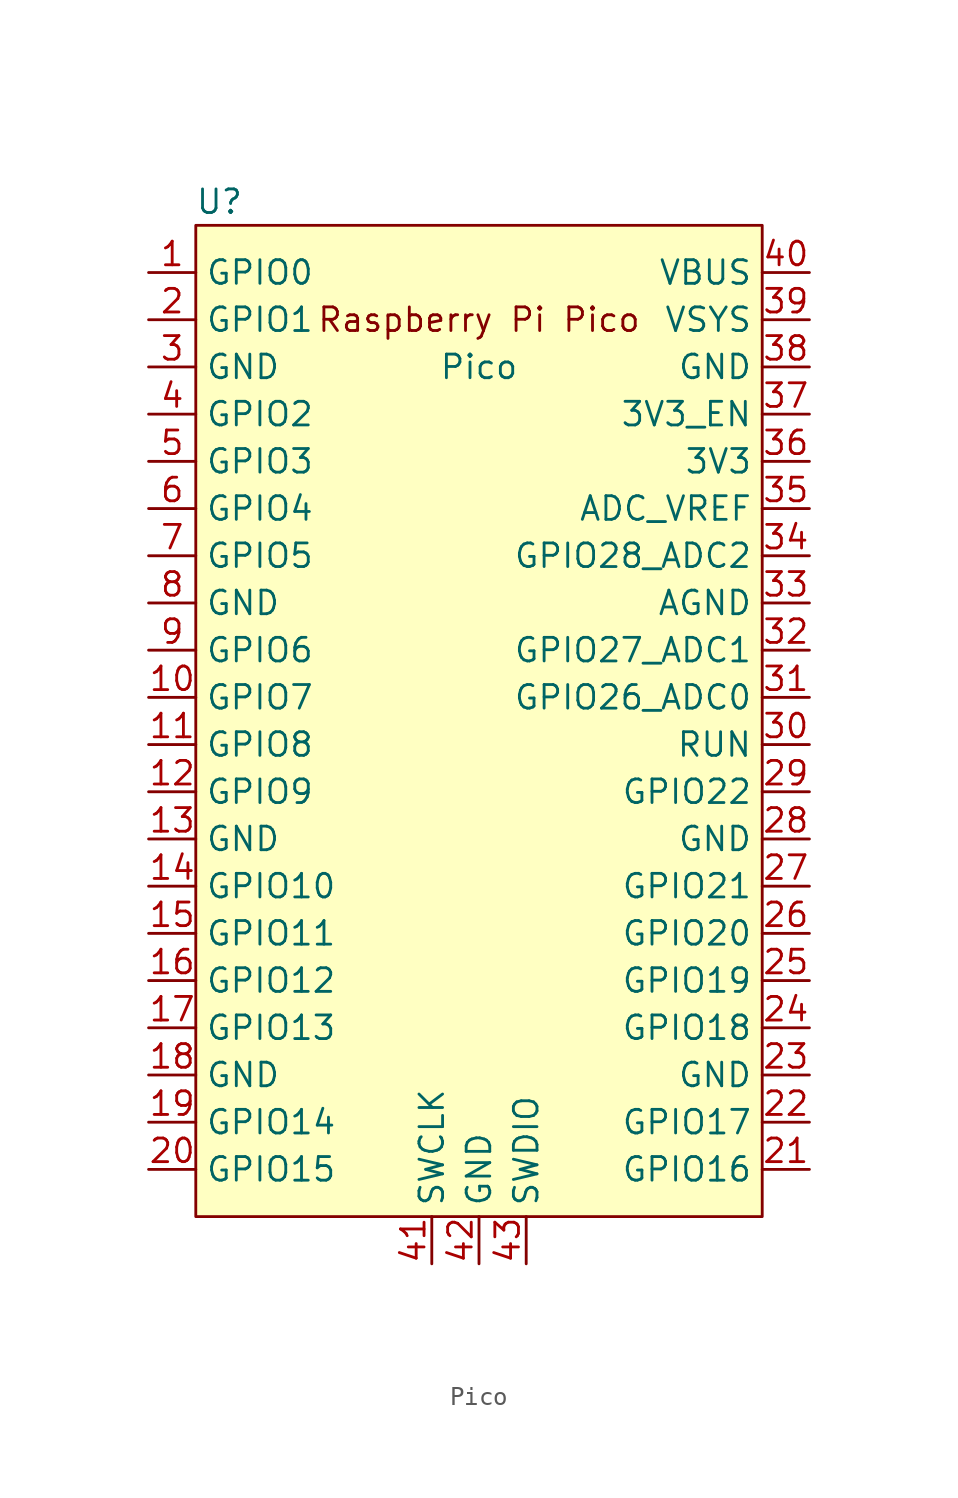
<source format=kicad_sym>
(kicad_symbol_lib
  (version 20231120)
  (generator "kicad_symbol_editor")
  (generator_version "8.0")
  (symbol "Pico"
    (property "Reference" "U"
      (at -13.97 27.94 0)
      (effects (font (size 1.27 1.27))))
    (property "Value" "Pico"
      (at 0 19.05 0)
      (effects (font (size 1.27 1.27))))
    (symbol "Pico_0_0"
      (text "Raspberry Pi Pico" (at 0 21.59 0) (effects (font (size 1.27 1.27)))))
    (symbol "Pico_0_1"
      (rectangle (start -15.24 26.67) (end 15.24 -26.67) (stroke (width 0) (type default)) (fill (type background))))
    (symbol "Pico_1_1"
      (pin bidirectional line (at -17.78 24.13 0) (length 2.54) (name "GPIO0" (effects (font (size 1.27 1.27)))) (number "1" (effects (font (size 1.27 1.27)))))
      (pin bidirectional line (at -17.78 1.27 0) (length 2.54) (name "GPIO7" (effects (font (size 1.27 1.27)))) (number "10" (effects (font (size 1.27 1.27)))))
      (pin bidirectional line (at -17.78 -1.27 0) (length 2.54) (name "GPIO8" (effects (font (size 1.27 1.27)))) (number "11" (effects (font (size 1.27 1.27)))))
      (pin bidirectional line (at -17.78 -3.81 0) (length 2.54) (name "GPIO9" (effects (font (size 1.27 1.27)))) (number "12" (effects (font (size 1.27 1.27)))))
      (pin power_in line (at -17.78 -6.35 0) (length 2.54) (name "GND" (effects (font (size 1.27 1.27)))) (number "13" (effects (font (size 1.27 1.27)))))
      (pin bidirectional line (at -17.78 -8.89 0) (length 2.54) (name "GPIO10" (effects (font (size 1.27 1.27)))) (number "14" (effects (font (size 1.27 1.27)))))
      (pin bidirectional line (at -17.78 -11.43 0) (length 2.54) (name "GPIO11" (effects (font (size 1.27 1.27)))) (number "15" (effects (font (size 1.27 1.27)))))
      (pin bidirectional line (at -17.78 -13.97 0) (length 2.54) (name "GPIO12" (effects (font (size 1.27 1.27)))) (number "16" (effects (font (size 1.27 1.27)))))
      (pin bidirectional line (at -17.78 -16.51 0) (length 2.54) (name "GPIO13" (effects (font (size 1.27 1.27)))) (number "17" (effects (font (size 1.27 1.27)))))
      (pin power_in line (at -17.78 -19.05 0) (length 2.54) (name "GND" (effects (font (size 1.27 1.27)))) (number "18" (effects (font (size 1.27 1.27)))))
      (pin bidirectional line (at -17.78 -21.59 0) (length 2.54) (name "GPIO14" (effects (font (size 1.27 1.27)))) (number "19" (effects (font (size 1.27 1.27)))))
      (pin bidirectional line (at -17.78 21.59 0) (length 2.54) (name "GPIO1" (effects (font (size 1.27 1.27)))) (number "2" (effects (font (size 1.27 1.27)))))
      (pin bidirectional line (at -17.78 -24.13 0) (length 2.54) (name "GPIO15" (effects (font (size 1.27 1.27)))) (number "20" (effects (font (size 1.27 1.27)))))
      (pin bidirectional line (at 17.78 -24.13 180) (length 2.54) (name "GPIO16" (effects (font (size 1.27 1.27)))) (number "21" (effects (font (size 1.27 1.27)))))
      (pin bidirectional line (at 17.78 -21.59 180) (length 2.54) (name "GPIO17" (effects (font (size 1.27 1.27)))) (number "22" (effects (font (size 1.27 1.27)))))
      (pin power_in line (at 17.78 -19.05 180) (length 2.54) (name "GND" (effects (font (size 1.27 1.27)))) (number "23" (effects (font (size 1.27 1.27)))))
      (pin bidirectional line (at 17.78 -16.51 180) (length 2.54) (name "GPIO18" (effects (font (size 1.27 1.27)))) (number "24" (effects (font (size 1.27 1.27)))))
      (pin bidirectional line (at 17.78 -13.97 180) (length 2.54) (name "GPIO19" (effects (font (size 1.27 1.27)))) (number "25" (effects (font (size 1.27 1.27)))))
      (pin bidirectional line (at 17.78 -11.43 180) (length 2.54) (name "GPIO20" (effects (font (size 1.27 1.27)))) (number "26" (effects (font (size 1.27 1.27)))))
      (pin bidirectional line (at 17.78 -8.89 180) (length 2.54) (name "GPIO21" (effects (font (size 1.27 1.27)))) (number "27" (effects (font (size 1.27 1.27)))))
      (pin power_in line (at 17.78 -6.35 180) (length 2.54) (name "GND" (effects (font (size 1.27 1.27)))) (number "28" (effects (font (size 1.27 1.27)))))
      (pin bidirectional line (at 17.78 -3.81 180) (length 2.54) (name "GPIO22" (effects (font (size 1.27 1.27)))) (number "29" (effects (font (size 1.27 1.27)))))
      (pin power_in line (at -17.78 19.05 0) (length 2.54) (name "GND" (effects (font (size 1.27 1.27)))) (number "3" (effects (font (size 1.27 1.27)))))
      (pin input line (at 17.78 -1.27 180) (length 2.54) (name "RUN" (effects (font (size 1.27 1.27)))) (number "30" (effects (font (size 1.27 1.27)))))
      (pin bidirectional line (at 17.78 1.27 180) (length 2.54) (name "GPIO26_ADC0" (effects (font (size 1.27 1.27)))) (number "31" (effects (font (size 1.27 1.27)))))
      (pin bidirectional line (at 17.78 3.81 180) (length 2.54) (name "GPIO27_ADC1" (effects (font (size 1.27 1.27)))) (number "32" (effects (font (size 1.27 1.27)))))
      (pin power_in line (at 17.78 6.35 180) (length 2.54) (name "AGND" (effects (font (size 1.27 1.27)))) (number "33" (effects (font (size 1.27 1.27)))))
      (pin bidirectional line (at 17.78 8.89 180) (length 2.54) (name "GPIO28_ADC2" (effects (font (size 1.27 1.27)))) (number "34" (effects (font (size 1.27 1.27)))))
      (pin power_in line (at 17.78 11.43 180) (length 2.54) (name "ADC_VREF" (effects (font (size 1.27 1.27)))) (number "35" (effects (font (size 1.27 1.27)))))
      (pin power_out line (at 17.78 13.97 180) (length 2.54) (name "3V3" (effects (font (size 1.27 1.27)))) (number "36" (effects (font (size 1.27 1.27)))))
      (pin input line (at 17.78 16.51 180) (length 2.54) (name "3V3_EN" (effects (font (size 1.27 1.27)))) (number "37" (effects (font (size 1.27 1.27)))))
      (pin power_in line (at 17.78 19.05 180) (length 2.54) (name "GND" (effects (font (size 1.27 1.27)))) (number "38" (effects (font (size 1.27 1.27)))))
      (pin power_in line (at 17.78 21.59 180) (length 2.54) (name "VSYS" (effects (font (size 1.27 1.27)))) (number "39" (effects (font (size 1.27 1.27)))))
      (pin bidirectional line (at -17.78 16.51 0) (length 2.54) (name "GPIO2" (effects (font (size 1.27 1.27)))) (number "4" (effects (font (size 1.27 1.27)))))
      (pin power_out line (at 17.78 24.13 180) (length 2.54) (name "VBUS" (effects (font (size 1.27 1.27)))) (number "40" (effects (font (size 1.27 1.27)))))
      (pin input line (at -2.54 -29.21 90) (length 2.54) (name "SWCLK" (effects (font (size 1.27 1.27)))) (number "41" (effects (font (size 1.27 1.27)))))
      (pin power_in line (at 0 -29.21 90) (length 2.54) (name "GND" (effects (font (size 1.27 1.27)))) (number "42" (effects (font (size 1.27 1.27)))))
      (pin bidirectional line (at 2.54 -29.21 90) (length 2.54) (name "SWDIO" (effects (font (size 1.27 1.27)))) (number "43" (effects (font (size 1.27 1.27)))))
      (pin bidirectional line (at -17.78 13.97 0) (length 2.54) (name "GPIO3" (effects (font (size 1.27 1.27)))) (number "5" (effects (font (size 1.27 1.27)))))
      (pin bidirectional line (at -17.78 11.43 0) (length 2.54) (name "GPIO4" (effects (font (size 1.27 1.27)))) (number "6" (effects (font (size 1.27 1.27)))))
      (pin bidirectional line (at -17.78 8.89 0) (length 2.54) (name "GPIO5" (effects (font (size 1.27 1.27)))) (number "7" (effects (font (size 1.27 1.27)))))
      (pin power_in line (at -17.78 6.35 0) (length 2.54) (name "GND" (effects (font (size 1.27 1.27)))) (number "8" (effects (font (size 1.27 1.27)))))
      (pin bidirectional line (at -17.78 3.81 0) (length 2.54) (name "GPIO6" (effects (font (size 1.27 1.27)))) (number "9" (effects (font (size 1.27 1.27))))))))
</source>
